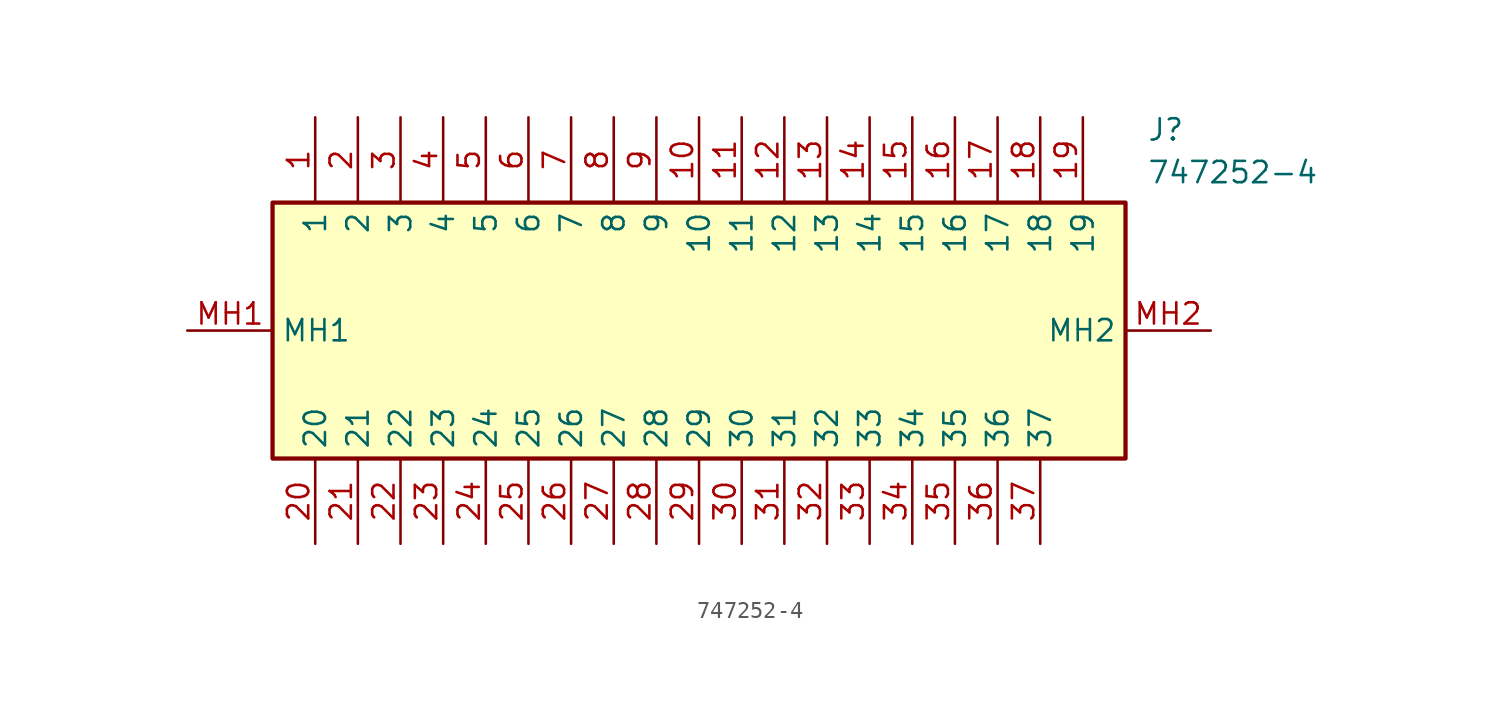
<source format=kicad_sym>
(kicad_symbol_lib
  (version 20231120)
  (generator "kicad_symbol_editor")
  (generator_version "8.0")
  (symbol "747252-4"
    (property "Reference" "J"
      (at 57.15 12.7 0)
      (effects (font (size 1.27 1.27)) (justify left top)))
    (property "Value" "747252-4"
      (at 57.15 10.16 0)
      (effects (font (size 1.27 1.27)) (justify left top)))
    (symbol "747252-4_1_1"
      (rectangle (start 5.08 7.62) (end 55.88 -7.62) (stroke (width 0.254) (type default)) (fill (type background)))
      (pin passive line (at 7.62 12.7 270) (length 5.08) (name "1" (effects (font (size 1.27 1.27)))) (number "1" (effects (font (size 1.27 1.27)))))
      (pin passive line (at 30.48 12.7 270) (length 5.08) (name "10" (effects (font (size 1.27 1.27)))) (number "10" (effects (font (size 1.27 1.27)))))
      (pin passive line (at 33.02 12.7 270) (length 5.08) (name "11" (effects (font (size 1.27 1.27)))) (number "11" (effects (font (size 1.27 1.27)))))
      (pin passive line (at 35.56 12.7 270) (length 5.08) (name "12" (effects (font (size 1.27 1.27)))) (number "12" (effects (font (size 1.27 1.27)))))
      (pin passive line (at 38.1 12.7 270) (length 5.08) (name "13" (effects (font (size 1.27 1.27)))) (number "13" (effects (font (size 1.27 1.27)))))
      (pin passive line (at 40.64 12.7 270) (length 5.08) (name "14" (effects (font (size 1.27 1.27)))) (number "14" (effects (font (size 1.27 1.27)))))
      (pin passive line (at 43.18 12.7 270) (length 5.08) (name "15" (effects (font (size 1.27 1.27)))) (number "15" (effects (font (size 1.27 1.27)))))
      (pin passive line (at 45.72 12.7 270) (length 5.08) (name "16" (effects (font (size 1.27 1.27)))) (number "16" (effects (font (size 1.27 1.27)))))
      (pin passive line (at 48.26 12.7 270) (length 5.08) (name "17" (effects (font (size 1.27 1.27)))) (number "17" (effects (font (size 1.27 1.27)))))
      (pin passive line (at 50.8 12.7 270) (length 5.08) (name "18" (effects (font (size 1.27 1.27)))) (number "18" (effects (font (size 1.27 1.27)))))
      (pin passive line (at 53.34 12.7 270) (length 5.08) (name "19" (effects (font (size 1.27 1.27)))) (number "19" (effects (font (size 1.27 1.27)))))
      (pin passive line (at 10.16 12.7 270) (length 5.08) (name "2" (effects (font (size 1.27 1.27)))) (number "2" (effects (font (size 1.27 1.27)))))
      (pin passive line (at 7.62 -12.7 90) (length 5.08) (name "20" (effects (font (size 1.27 1.27)))) (number "20" (effects (font (size 1.27 1.27)))))
      (pin passive line (at 10.16 -12.7 90) (length 5.08) (name "21" (effects (font (size 1.27 1.27)))) (number "21" (effects (font (size 1.27 1.27)))))
      (pin passive line (at 12.7 -12.7 90) (length 5.08) (name "22" (effects (font (size 1.27 1.27)))) (number "22" (effects (font (size 1.27 1.27)))))
      (pin passive line (at 15.24 -12.7 90) (length 5.08) (name "23" (effects (font (size 1.27 1.27)))) (number "23" (effects (font (size 1.27 1.27)))))
      (pin passive line (at 17.78 -12.7 90) (length 5.08) (name "24" (effects (font (size 1.27 1.27)))) (number "24" (effects (font (size 1.27 1.27)))))
      (pin passive line (at 20.32 -12.7 90) (length 5.08) (name "25" (effects (font (size 1.27 1.27)))) (number "25" (effects (font (size 1.27 1.27)))))
      (pin passive line (at 22.86 -12.7 90) (length 5.08) (name "26" (effects (font (size 1.27 1.27)))) (number "26" (effects (font (size 1.27 1.27)))))
      (pin passive line (at 25.4 -12.7 90) (length 5.08) (name "27" (effects (font (size 1.27 1.27)))) (number "27" (effects (font (size 1.27 1.27)))))
      (pin passive line (at 27.94 -12.7 90) (length 5.08) (name "28" (effects (font (size 1.27 1.27)))) (number "28" (effects (font (size 1.27 1.27)))))
      (pin passive line (at 30.48 -12.7 90) (length 5.08) (name "29" (effects (font (size 1.27 1.27)))) (number "29" (effects (font (size 1.27 1.27)))))
      (pin passive line (at 12.7 12.7 270) (length 5.08) (name "3" (effects (font (size 1.27 1.27)))) (number "3" (effects (font (size 1.27 1.27)))))
      (pin passive line (at 33.02 -12.7 90) (length 5.08) (name "30" (effects (font (size 1.27 1.27)))) (number "30" (effects (font (size 1.27 1.27)))))
      (pin passive line (at 35.56 -12.7 90) (length 5.08) (name "31" (effects (font (size 1.27 1.27)))) (number "31" (effects (font (size 1.27 1.27)))))
      (pin passive line (at 38.1 -12.7 90) (length 5.08) (name "32" (effects (font (size 1.27 1.27)))) (number "32" (effects (font (size 1.27 1.27)))))
      (pin passive line (at 40.64 -12.7 90) (length 5.08) (name "33" (effects (font (size 1.27 1.27)))) (number "33" (effects (font (size 1.27 1.27)))))
      (pin passive line (at 43.18 -12.7 90) (length 5.08) (name "34" (effects (font (size 1.27 1.27)))) (number "34" (effects (font (size 1.27 1.27)))))
      (pin passive line (at 45.72 -12.7 90) (length 5.08) (name "35" (effects (font (size 1.27 1.27)))) (number "35" (effects (font (size 1.27 1.27)))))
      (pin passive line (at 48.26 -12.7 90) (length 5.08) (name "36" (effects (font (size 1.27 1.27)))) (number "36" (effects (font (size 1.27 1.27)))))
      (pin passive line (at 50.8 -12.7 90) (length 5.08) (name "37" (effects (font (size 1.27 1.27)))) (number "37" (effects (font (size 1.27 1.27)))))
      (pin passive line (at 15.24 12.7 270) (length 5.08) (name "4" (effects (font (size 1.27 1.27)))) (number "4" (effects (font (size 1.27 1.27)))))
      (pin passive line (at 17.78 12.7 270) (length 5.08) (name "5" (effects (font (size 1.27 1.27)))) (number "5" (effects (font (size 1.27 1.27)))))
      (pin passive line (at 20.32 12.7 270) (length 5.08) (name "6" (effects (font (size 1.27 1.27)))) (number "6" (effects (font (size 1.27 1.27)))))
      (pin passive line (at 22.86 12.7 270) (length 5.08) (name "7" (effects (font (size 1.27 1.27)))) (number "7" (effects (font (size 1.27 1.27)))))
      (pin passive line (at 25.4 12.7 270) (length 5.08) (name "8" (effects (font (size 1.27 1.27)))) (number "8" (effects (font (size 1.27 1.27)))))
      (pin passive line (at 27.94 12.7 270) (length 5.08) (name "9" (effects (font (size 1.27 1.27)))) (number "9" (effects (font (size 1.27 1.27)))))
      (pin passive line (at 0 0 0) (length 5.08) (name "MH1" (effects (font (size 1.27 1.27)))) (number "MH1" (effects (font (size 1.27 1.27)))))
      (pin passive line (at 60.96 0 180) (length 5.08) (name "MH2" (effects (font (size 1.27 1.27)))) (number "MH2" (effects (font (size 1.27 1.27))))))))
</source>
